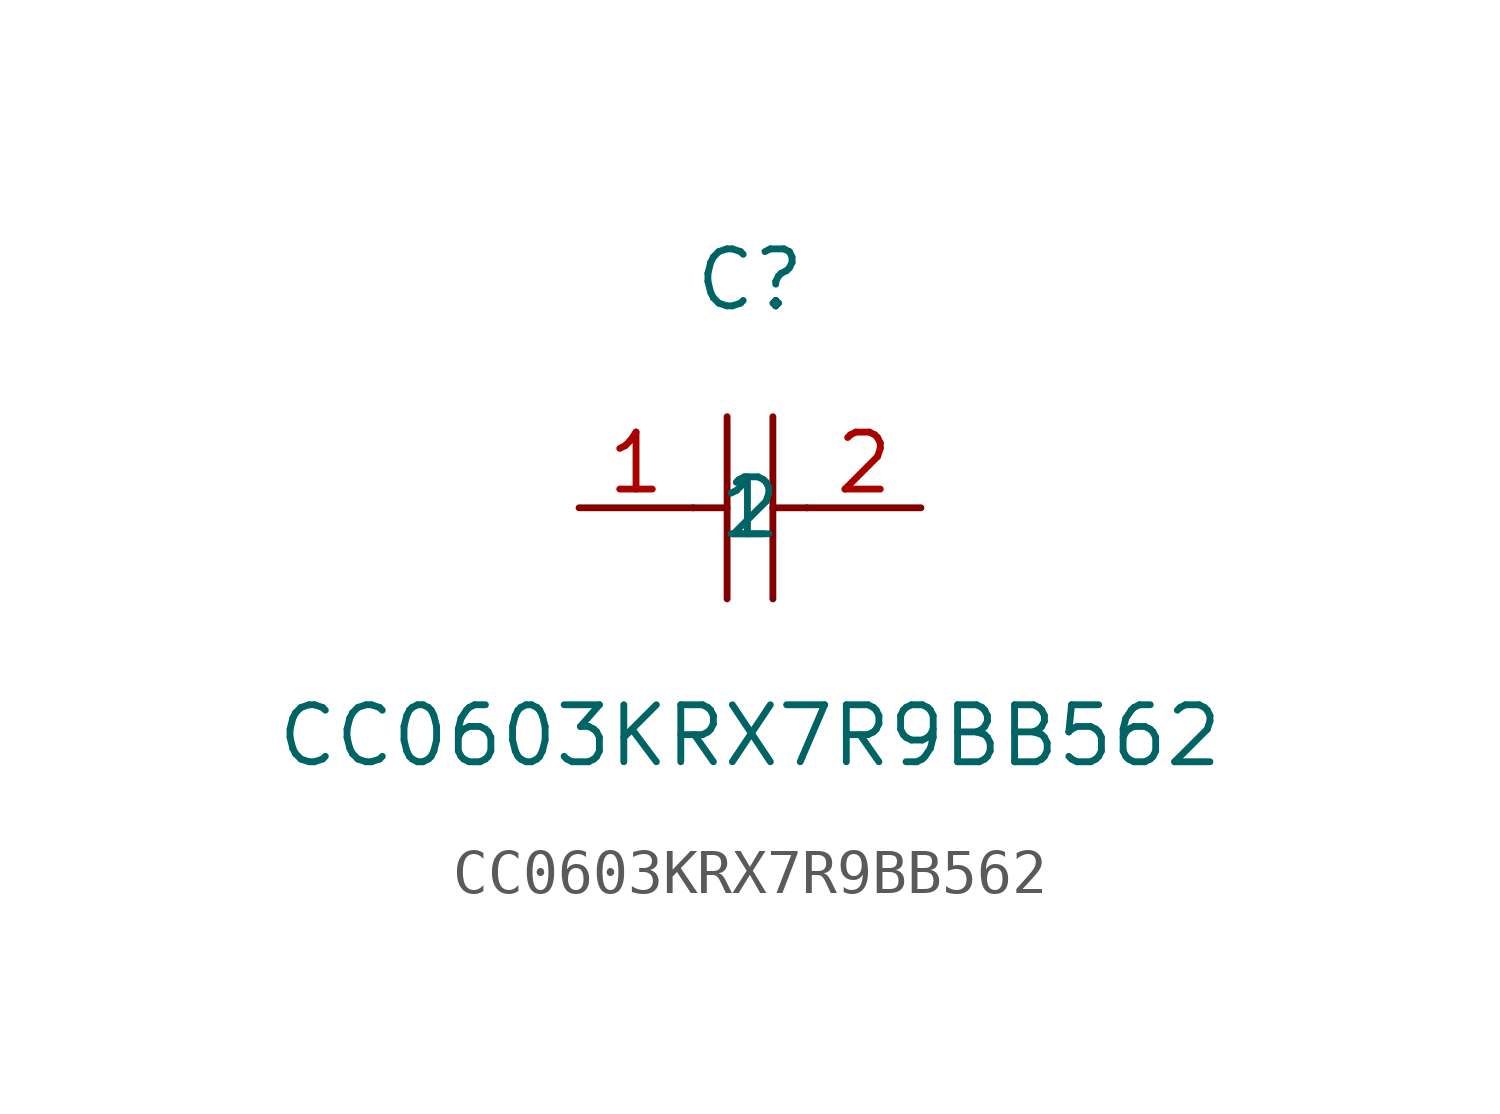
<source format=kicad_sym>
(kicad_symbol_lib
  (version 1)
  (generator "faebryk")
  (symbol "CC0603KRX7R9BB562"
    (property "Reference" "C"
      (at 0 5.08 0)
      (effects (font (size 1.27 1.27)) (hide no)))
    (property "Value" "CC0603KRX7R9BB562"
      (at 0 -5.08 0)
      (effects (font (size 1.27 1.27)) (hide no)))
    (symbol "CC0603KRX7R9BB562_0_1"
      (polyline (stroke (width 0) (type default) (color 0 0 0 0)) (fill (type none)) (pts (xy -0.51 2.03) (xy -0.51 -2.03)))
      (polyline (stroke (width 0) (type default) (color 0 0 0 0)) (fill (type none)) (pts (xy 0.51 2.03) (xy 0.51 -2.03)))
      (polyline (stroke (width 0) (type default) (color 0 0 0 0)) (fill (type none)) (pts (xy -1.27 0) (xy -0.51 0)))
      (polyline (stroke (width 0) (type default) (color 0 0 0 0)) (fill (type none)) (pts (xy 0.51 0) (xy 1.27 0)))
      (pin input line (at -3.81 0 0) (length 2.54) (name "1" (effects (font (size 1.27 1.27)) (hide no))) (number "1" (effects (font (size 1.27 1.27)) (hide no))))
      (pin input line (at 3.81 0 180) (length 2.54) (name "2" (effects (font (size 1.27 1.27)) (hide no))) (number "2" (effects (font (size 1.27 1.27)) (hide no)))))))
</source>
